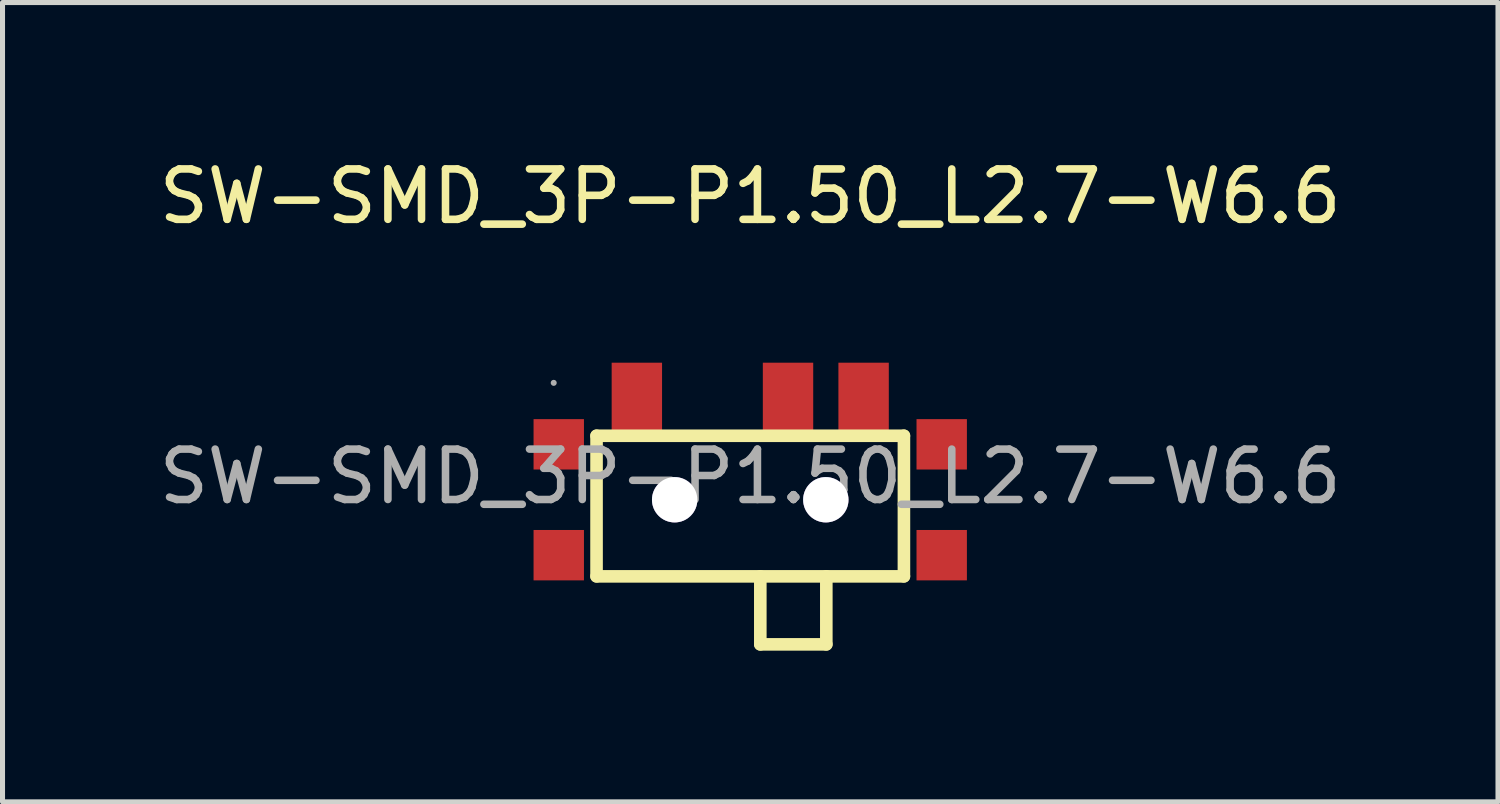
<source format=kicad_pcb>
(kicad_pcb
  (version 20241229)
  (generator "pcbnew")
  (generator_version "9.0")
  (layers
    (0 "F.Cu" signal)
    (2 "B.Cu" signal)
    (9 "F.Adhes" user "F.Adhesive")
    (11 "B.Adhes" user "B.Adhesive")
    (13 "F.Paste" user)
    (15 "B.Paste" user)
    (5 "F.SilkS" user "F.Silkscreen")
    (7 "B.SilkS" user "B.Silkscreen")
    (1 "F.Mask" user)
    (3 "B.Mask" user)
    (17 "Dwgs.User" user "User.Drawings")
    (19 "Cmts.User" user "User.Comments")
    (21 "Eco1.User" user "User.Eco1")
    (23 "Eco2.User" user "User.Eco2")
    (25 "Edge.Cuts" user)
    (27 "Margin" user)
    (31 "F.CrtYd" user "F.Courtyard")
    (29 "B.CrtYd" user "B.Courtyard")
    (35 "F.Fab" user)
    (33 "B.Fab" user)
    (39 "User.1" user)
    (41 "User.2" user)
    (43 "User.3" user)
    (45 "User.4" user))
  (footprint "SW-SMD_3P-P1.50_L2.7-W6.6"
    (layer "F.Cu")
    (at 11.839 6.408)
    (property "Reference" "SW-SMD_3P-P1.50_L2.7-W6.6" (at 0 -5.56 0) (layer "F.SilkS") (effects (font (size 1 1) (thickness 0.15))))
    (attr smd)
    (fp_line (start -3.05 -0.81) (end 3.05 -0.81) (stroke (width 0.25) (type solid)) (layer "F.SilkS"))
    (fp_line (start -3.05 1.98) (end -3.05 -0.81) (stroke (width 0.25) (type solid)) (layer "F.SilkS"))
    (fp_line (start -3.05 1.98) (end 3.05 1.98) (stroke (width 0.25) (type solid)) (layer "F.SilkS"))
    (fp_line (start 0.2 3.33) (end 0.2 1.98) (stroke (width 0.25) (type solid)) (layer "F.SilkS"))
    (fp_line (start 1.51 1.98) (end 1.51 3.33) (stroke (width 0.25) (type solid)) (layer "F.SilkS"))
    (fp_line (start 1.51 3.33) (end 0.2 3.33) (stroke (width 0.25) (type solid)) (layer "F.SilkS"))
    (fp_line (start 3.05 -0.81) (end 3.05 1.98) (stroke (width 0.25) (type solid)) (layer "F.SilkS"))
    (fp_circle (center -1.5 0.46) (end -1.31 0.46) (stroke (width 0.38) (type solid)) (fill no) (layer "Cmts.User"))
    (fp_circle (center 1.5 0.46) (end 1.69 0.46) (stroke (width 0.38) (type solid)) (fill no) (layer "Cmts.User"))
    (fp_circle (center -3.9 -1.86) (end -3.87 -1.86) (stroke (width 0.06) (type solid)) (fill no) (layer "F.Fab"))
    (fp_text user "${REFERENCE}" (at 0 0 0) (layer "F.Fab") (effects (font (size 1 1) (thickness 0.15))))
    (pad "" thru_hole circle (at -1.5 0.46) (size 0.9 0.9) (drill 0.9) (layers "*.Cu" "*.Mask"))
    (pad "" thru_hole circle (at 1.5 0.46) (size 0.9 0.9) (drill 0.9) (layers "*.Cu" "*.Mask"))
    (pad "0" smd rect (at -3.8 -0.64) (size 1 1) (layers "F.Cu" "F.Mask" "F.Paste"))
    (pad "0" smd rect (at -3.8 1.56) (size 1 1) (layers "F.Cu" "F.Mask" "F.Paste"))
    (pad "0" smd rect (at 3.8 -0.64) (size 1 1) (layers "F.Cu" "F.Mask" "F.Paste"))
    (pad "0" smd rect (at 3.8 1.56) (size 1 1) (layers "F.Cu" "F.Mask" "F.Paste"))
    (pad "1" smd rect (at -2.25 -1.56) (size 1 1.4) (layers "F.Cu" "F.Mask" "F.Paste"))
    (pad "2" smd rect (at 0.75 -1.56) (size 1 1.4) (layers "F.Cu" "F.Mask" "F.Paste"))
    (pad "3" smd rect (at 2.25 -1.56) (size 1 1.4) (layers "F.Cu" "F.Mask" "F.Paste")))
  (gr_rect
    (start -3 -3)
    (end 26.679 12.863)
    (stroke (width 0.1) (type default))
    (fill no)
    (layer "Edge.Cuts")))
</source>
